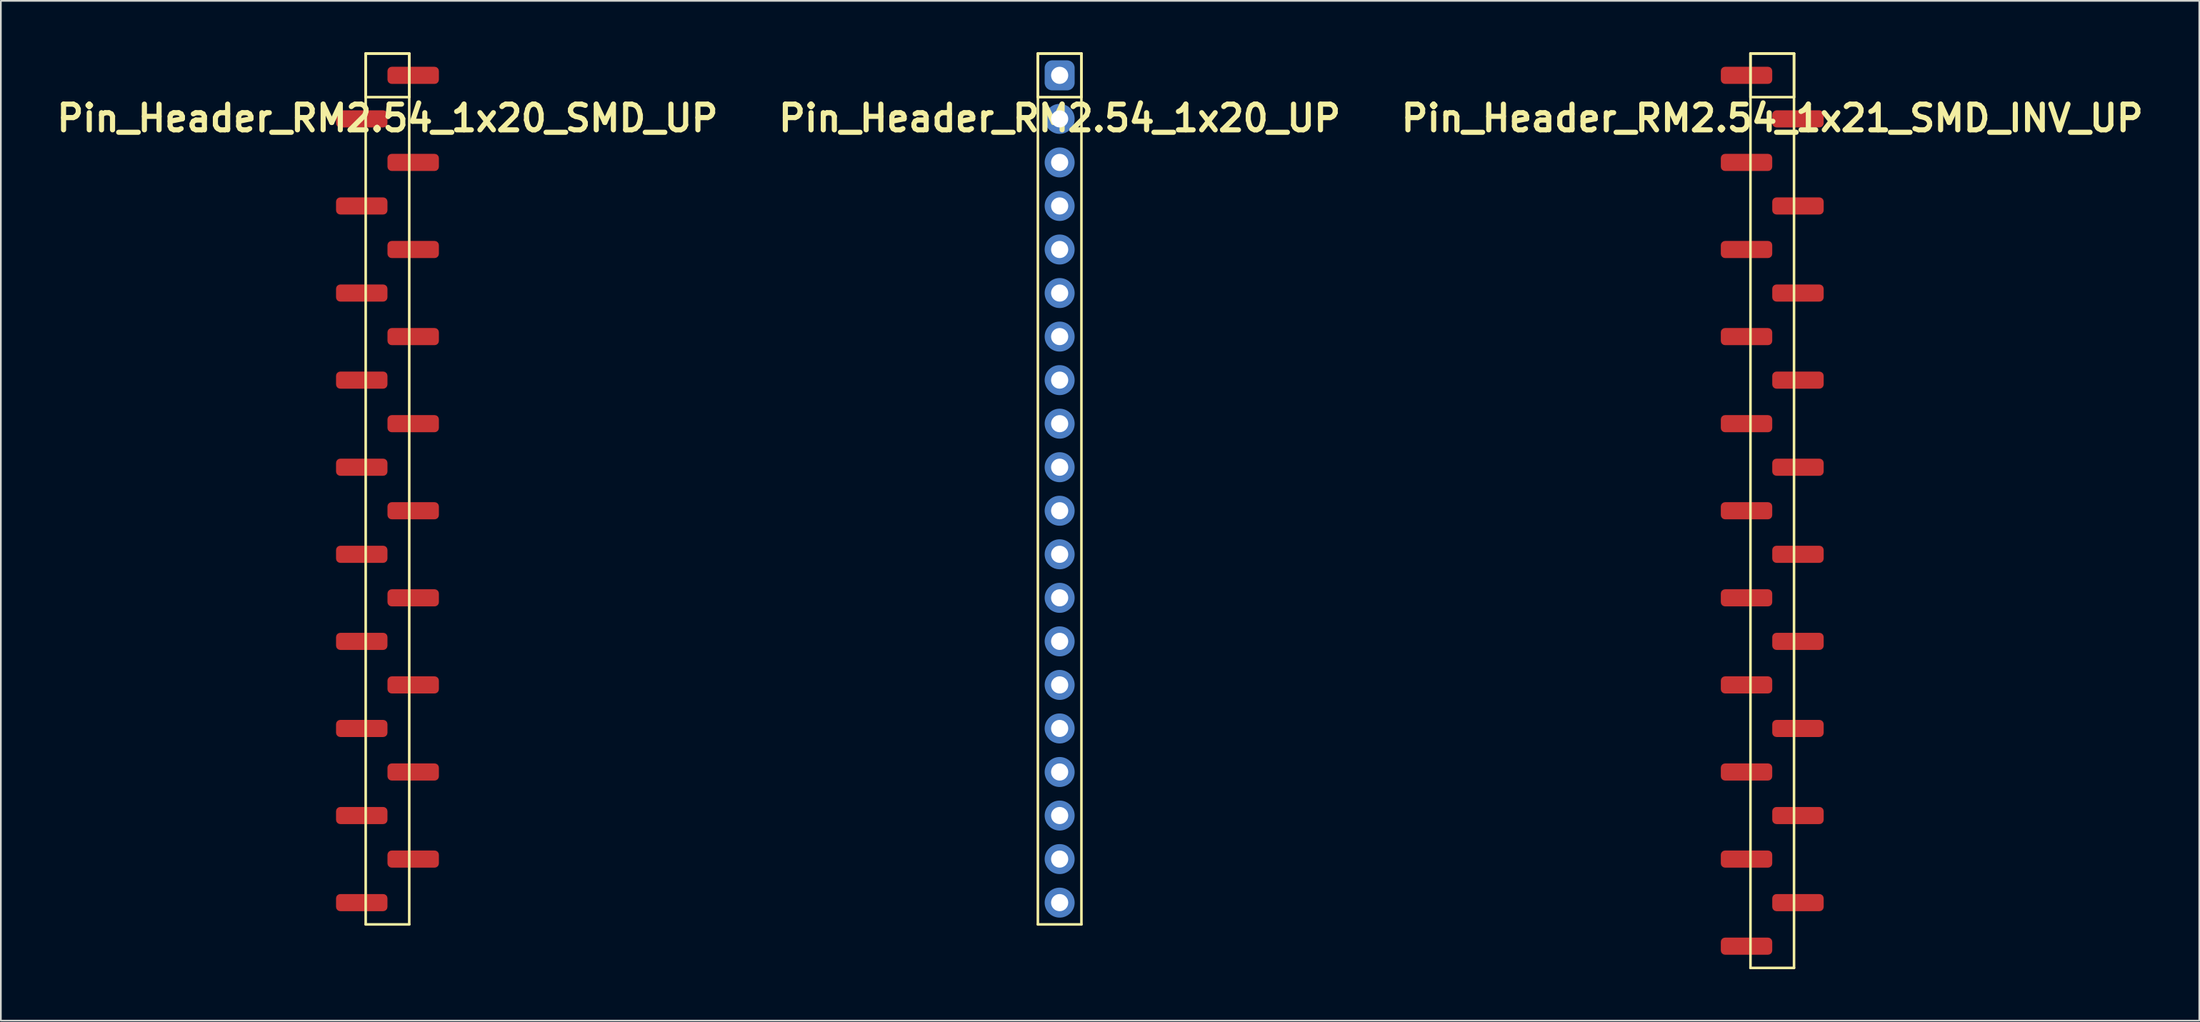
<source format=kicad_pcb>
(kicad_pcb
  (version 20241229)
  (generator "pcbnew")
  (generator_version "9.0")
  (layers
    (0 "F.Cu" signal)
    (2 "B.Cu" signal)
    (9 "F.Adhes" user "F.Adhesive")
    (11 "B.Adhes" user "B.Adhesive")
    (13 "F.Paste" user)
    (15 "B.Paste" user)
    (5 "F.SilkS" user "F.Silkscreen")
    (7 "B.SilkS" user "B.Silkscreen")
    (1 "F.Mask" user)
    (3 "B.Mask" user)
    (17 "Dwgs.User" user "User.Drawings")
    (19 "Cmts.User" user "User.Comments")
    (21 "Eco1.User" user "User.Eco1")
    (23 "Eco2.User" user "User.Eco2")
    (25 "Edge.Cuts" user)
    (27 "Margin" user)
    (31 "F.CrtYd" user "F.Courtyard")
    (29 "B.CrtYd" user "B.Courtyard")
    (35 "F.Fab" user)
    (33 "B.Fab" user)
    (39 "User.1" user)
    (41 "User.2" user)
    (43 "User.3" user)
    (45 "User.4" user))
  (footprint "Pin_Header_RM2.54_1x20_SMD_UP"
    (layer "F.Cu")
    (at 19.55 1.345)
    (property "Reference" "Pin_Header_RM2.54_1x20_SMD_UP" (at 0 2.5 0) (layer "F.SilkS") (effects (font (size 1.5 1.5) (thickness 0.3))))
    (attr through_hole)
    (fp_line (start -1.27 -1.27) (end 1.27 -1.27) (stroke (width 0.15) (type solid)) (layer "F.SilkS"))
    (fp_line (start -1.27 -1.27) (end 1.27 -1.27) (stroke (width 0.15) (type solid)) (layer "F.SilkS"))
    (fp_line (start -1.27 1.27) (end -1.27 -1.27) (stroke (width 0.15) (type solid)) (layer "F.SilkS"))
    (fp_line (start -1.27 49.53) (end -1.27 -1.27) (stroke (width 0.15) (type solid)) (layer "F.SilkS"))
    (fp_line (start 1.27 -1.27) (end 1.27 1.27) (stroke (width 0.15) (type solid)) (layer "F.SilkS"))
    (fp_line (start 1.27 -1.27) (end 1.27 49.53) (stroke (width 0.15) (type solid)) (layer "F.SilkS"))
    (fp_line (start 1.27 1.27) (end -1.27 1.27) (stroke (width 0.15) (type solid)) (layer "F.SilkS"))
    (fp_line (start 1.27 49.53) (end -1.27 49.53) (stroke (width 0.15) (type solid)) (layer "F.SilkS"))
    (pad "1" smd roundrect (at 1.5 0) (size 3 1) (layers "F.Cu" "F.Mask") (roundrect_rratio 0.25))
    (pad "2" smd roundrect (at -1.5 2.54) (size 3 1) (layers "F.Cu" "F.Mask") (roundrect_rratio 0.25))
    (pad "3" smd roundrect (at 1.5 5.08) (size 3 1) (layers "F.Cu" "F.Mask") (roundrect_rratio 0.25))
    (pad "4" smd roundrect (at -1.5 7.62) (size 3 1) (layers "F.Cu" "F.Mask") (roundrect_rratio 0.25))
    (pad "5" smd roundrect (at 1.5 10.16) (size 3 1) (layers "F.Cu" "F.Mask") (roundrect_rratio 0.25))
    (pad "6" smd roundrect (at -1.5 12.7) (size 3 1) (layers "F.Cu" "F.Mask") (roundrect_rratio 0.25))
    (pad "7" smd roundrect (at 1.5 15.24) (size 3 1) (layers "F.Cu" "F.Mask") (roundrect_rratio 0.25))
    (pad "8" smd roundrect (at -1.5 17.78) (size 3 1) (layers "F.Cu" "F.Mask") (roundrect_rratio 0.25))
    (pad "9" smd roundrect (at 1.5 20.32) (size 3 1) (layers "F.Cu" "F.Mask") (roundrect_rratio 0.25))
    (pad "10" smd roundrect (at -1.5 22.86) (size 3 1) (layers "F.Cu" "F.Mask") (roundrect_rratio 0.25))
    (pad "11" smd roundrect (at 1.5 25.4) (size 3 1) (layers "F.Cu" "F.Mask") (roundrect_rratio 0.25))
    (pad "12" smd roundrect (at -1.5 27.94) (size 3 1) (layers "F.Cu" "F.Mask") (roundrect_rratio 0.25))
    (pad "13" smd roundrect (at 1.5 30.48) (size 3 1) (layers "F.Cu" "F.Mask") (roundrect_rratio 0.25))
    (pad "14" smd roundrect (at -1.5 33.02) (size 3 1) (layers "F.Cu" "F.Mask") (roundrect_rratio 0.25))
    (pad "15" smd roundrect (at 1.5 35.56) (size 3 1) (layers "F.Cu" "F.Mask") (roundrect_rratio 0.25))
    (pad "16" smd roundrect (at -1.5 38.1) (size 3 1) (layers "F.Cu" "F.Mask") (roundrect_rratio 0.25))
    (pad "17" smd roundrect (at 1.5 40.64) (size 3 1) (layers "F.Cu" "F.Mask") (roundrect_rratio 0.25))
    (pad "18" smd roundrect (at -1.5 43.18) (size 3 1) (layers "F.Cu" "F.Mask") (roundrect_rratio 0.25))
    (pad "19" smd roundrect (at 1.5 45.72) (size 3 1) (layers "F.Cu" "F.Mask") (roundrect_rratio 0.25))
    (pad "20" smd roundrect (at -1.5 48.26) (size 3 1) (layers "F.Cu" "F.Mask") (roundrect_rratio 0.25)))
  (footprint "Pin_Header_RM2.54_1x21_SMD_INV_UP"
    (layer "F.Cu")
    (at 100.321 1.345)
    (property "Reference" "Pin_Header_RM2.54_1x21_SMD_INV_UP" (at 0 2.5 0) (layer "F.SilkS") (effects (font (size 1.5 1.5) (thickness 0.3))))
    (attr through_hole)
    (fp_line (start -1.27 -1.27) (end 1.27 -1.27) (stroke (width 0.15) (type solid)) (layer "F.SilkS"))
    (fp_line (start -1.27 -1.27) (end 1.27 -1.27) (stroke (width 0.15) (type solid)) (layer "F.SilkS"))
    (fp_line (start -1.27 1.27) (end -1.27 -1.27) (stroke (width 0.15) (type solid)) (layer "F.SilkS"))
    (fp_line (start -1.27 52.07) (end -1.27 -1.27) (stroke (width 0.15) (type solid)) (layer "F.SilkS"))
    (fp_line (start 1.27 -1.27) (end 1.27 1.27) (stroke (width 0.15) (type solid)) (layer "F.SilkS"))
    (fp_line (start 1.27 -1.27) (end 1.27 52.07) (stroke (width 0.15) (type solid)) (layer "F.SilkS"))
    (fp_line (start 1.27 1.27) (end -1.27 1.27) (stroke (width 0.15) (type solid)) (layer "F.SilkS"))
    (fp_line (start 1.27 52.07) (end -1.27 52.07) (stroke (width 0.15) (type solid)) (layer "F.SilkS"))
    (pad "1" smd roundrect (at -1.5 0) (size 3 1) (layers "F.Cu" "F.Mask") (roundrect_rratio 0.25))
    (pad "2" smd roundrect (at 1.5 2.54) (size 3 1) (layers "F.Cu" "F.Mask") (roundrect_rratio 0.25))
    (pad "3" smd roundrect (at -1.5 5.08) (size 3 1) (layers "F.Cu" "F.Mask") (roundrect_rratio 0.25))
    (pad "4" smd roundrect (at 1.5 7.62) (size 3 1) (layers "F.Cu" "F.Mask") (roundrect_rratio 0.25))
    (pad "5" smd roundrect (at -1.5 10.16) (size 3 1) (layers "F.Cu" "F.Mask") (roundrect_rratio 0.25))
    (pad "6" smd roundrect (at 1.5 12.7) (size 3 1) (layers "F.Cu" "F.Mask") (roundrect_rratio 0.25))
    (pad "7" smd roundrect (at -1.5 15.24) (size 3 1) (layers "F.Cu" "F.Mask") (roundrect_rratio 0.25))
    (pad "8" smd roundrect (at 1.5 17.78) (size 3 1) (layers "F.Cu" "F.Mask") (roundrect_rratio 0.25))
    (pad "9" smd roundrect (at -1.5 20.32) (size 3 1) (layers "F.Cu" "F.Mask") (roundrect_rratio 0.25))
    (pad "10" smd roundrect (at 1.5 22.86) (size 3 1) (layers "F.Cu" "F.Mask") (roundrect_rratio 0.25))
    (pad "11" smd roundrect (at -1.5 25.4) (size 3 1) (layers "F.Cu" "F.Mask") (roundrect_rratio 0.25))
    (pad "12" smd roundrect (at 1.5 27.94) (size 3 1) (layers "F.Cu" "F.Mask") (roundrect_rratio 0.25))
    (pad "13" smd roundrect (at -1.5 30.48) (size 3 1) (layers "F.Cu" "F.Mask") (roundrect_rratio 0.25))
    (pad "14" smd roundrect (at 1.5 33.02) (size 3 1) (layers "F.Cu" "F.Mask") (roundrect_rratio 0.25))
    (pad "15" smd roundrect (at -1.5 35.56) (size 3 1) (layers "F.Cu" "F.Mask") (roundrect_rratio 0.25))
    (pad "16" smd roundrect (at 1.5 38.1) (size 3 1) (layers "F.Cu" "F.Mask") (roundrect_rratio 0.25))
    (pad "17" smd roundrect (at -1.5 40.64) (size 3 1) (layers "F.Cu" "F.Mask") (roundrect_rratio 0.25))
    (pad "18" smd roundrect (at 1.5 43.18) (size 3 1) (layers "F.Cu" "F.Mask") (roundrect_rratio 0.25))
    (pad "19" smd roundrect (at -1.5 45.72) (size 3 1) (layers "F.Cu" "F.Mask") (roundrect_rratio 0.25))
    (pad "20" smd roundrect (at 1.5 48.26) (size 3 1) (layers "F.Cu" "F.Mask") (roundrect_rratio 0.25))
    (pad "21" smd roundrect (at -1.5 50.8) (size 3 1) (layers "F.Cu" "F.Mask") (roundrect_rratio 0.25)))
  (footprint "Pin_Header_RM2.54_1x20_UP"
    (layer "F.Cu")
    (at 58.757 1.345)
    (property "Reference" "Pin_Header_RM2.54_1x20_UP" (at 0 2.5 0) (layer "F.SilkS") (effects (font (size 1.5 1.5) (thickness 0.3))))
    (attr through_hole)
    (fp_line (start -1.27 -1.27) (end 1.27 -1.27) (stroke (width 0.15) (type solid)) (layer "F.SilkS"))
    (fp_line (start -1.27 -1.27) (end 1.27 -1.27) (stroke (width 0.15) (type solid)) (layer "F.SilkS"))
    (fp_line (start -1.27 1.27) (end -1.27 -1.27) (stroke (width 0.15) (type solid)) (layer "F.SilkS"))
    (fp_line (start -1.27 49.53) (end -1.27 -1.27) (stroke (width 0.15) (type solid)) (layer "F.SilkS"))
    (fp_line (start 1.27 -1.27) (end 1.27 1.27) (stroke (width 0.15) (type solid)) (layer "F.SilkS"))
    (fp_line (start 1.27 -1.27) (end 1.27 49.53) (stroke (width 0.15) (type solid)) (layer "F.SilkS"))
    (fp_line (start 1.27 1.27) (end -1.27 1.27) (stroke (width 0.15) (type solid)) (layer "F.SilkS"))
    (fp_line (start 1.27 49.53) (end -1.27 49.53) (stroke (width 0.15) (type solid)) (layer "F.SilkS"))
    (pad "1" thru_hole circle (at 0 0) (size 1.3 1.3) (drill 1) (layers "*.Cu" "*.Mask"))
    (pad "1" smd roundrect (at 0 0) (size 1.5 1.5) (layers "F.Cu" "F.Mask") (roundrect_rratio 0.25))
    (pad "1" smd roundrect (at 0 0) (size 1.75 1.75) (layers "B.Cu" "B.Mask") (roundrect_rratio 0.25))
    (pad "2" thru_hole circle (at 0 2.54) (size 1.3 1.3) (drill 1) (layers "*.Cu" "*.Mask"))
    (pad "2" smd circle (at 0 2.54) (size 1.5 1.5) (layers "F.Cu" "F.Mask"))
    (pad "2" smd circle (at 0 2.54) (size 1.75 1.75) (layers "B.Cu" "B.Mask"))
    (pad "3" thru_hole circle (at 0 5.08) (size 1.3 1.3) (drill 1) (layers "*.Cu" "*.Mask"))
    (pad "3" smd circle (at 0 5.08) (size 1.5 1.5) (layers "F.Cu" "F.Mask"))
    (pad "3" smd circle (at 0 5.08) (size 1.75 1.75) (layers "B.Cu" "B.Mask"))
    (pad "4" thru_hole circle (at 0 7.62) (size 1.3 1.3) (drill 1) (layers "*.Cu" "*.Mask"))
    (pad "4" smd circle (at 0 7.62) (size 1.5 1.5) (layers "F.Cu" "F.Mask"))
    (pad "4" smd circle (at 0 7.62) (size 1.75 1.75) (layers "B.Cu" "B.Mask"))
    (pad "5" thru_hole circle (at 0 10.16) (size 1.3 1.3) (drill 1) (layers "*.Cu" "*.Mask"))
    (pad "5" smd circle (at 0 10.16) (size 1.5 1.5) (layers "F.Cu" "F.Mask"))
    (pad "5" smd circle (at 0 10.16) (size 1.75 1.75) (layers "B.Cu" "B.Mask"))
    (pad "6" thru_hole circle (at 0 12.7) (size 1.3 1.3) (drill 1) (layers "*.Cu" "*.Mask"))
    (pad "6" smd circle (at 0 12.7) (size 1.5 1.5) (layers "F.Cu" "F.Mask"))
    (pad "6" smd circle (at 0 12.7) (size 1.75 1.75) (layers "B.Cu" "B.Mask"))
    (pad "7" thru_hole circle (at 0 15.24) (size 1.3 1.3) (drill 1) (layers "*.Cu" "*.Mask"))
    (pad "7" smd circle (at 0 15.24) (size 1.5 1.5) (layers "F.Cu" "F.Mask"))
    (pad "7" smd circle (at 0 15.24) (size 1.75 1.75) (layers "B.Cu" "B.Mask"))
    (pad "8" thru_hole circle (at 0 17.78) (size 1.3 1.3) (drill 1) (layers "*.Cu" "*.Mask"))
    (pad "8" smd circle (at 0 17.78) (size 1.5 1.5) (layers "F.Cu" "F.Mask"))
    (pad "8" smd circle (at 0 17.78) (size 1.75 1.75) (layers "B.Cu" "B.Mask"))
    (pad "9" thru_hole circle (at 0 20.32) (size 1.3 1.3) (drill 1) (layers "*.Cu" "*.Mask"))
    (pad "9" smd circle (at 0 20.32) (size 1.5 1.5) (layers "F.Cu" "F.Mask"))
    (pad "9" smd circle (at 0 20.32) (size 1.75 1.75) (layers "B.Cu" "B.Mask"))
    (pad "10" thru_hole circle (at 0 22.86) (size 1.3 1.3) (drill 1) (layers "*.Cu" "*.Mask"))
    (pad "10" smd circle (at 0 22.86) (size 1.5 1.5) (layers "F.Cu" "F.Mask"))
    (pad "10" smd circle (at 0 22.86) (size 1.75 1.75) (layers "B.Cu" "B.Mask"))
    (pad "11" thru_hole circle (at 0 25.4) (size 1.3 1.3) (drill 1) (layers "*.Cu" "*.Mask"))
    (pad "11" smd circle (at 0 25.4) (size 1.5 1.5) (layers "F.Cu" "F.Mask"))
    (pad "11" smd circle (at 0 25.4) (size 1.75 1.75) (layers "B.Cu" "B.Mask"))
    (pad "12" thru_hole circle (at 0 27.94) (size 1.3 1.3) (drill 1) (layers "*.Cu" "*.Mask"))
    (pad "12" smd circle (at 0 27.94) (size 1.5 1.5) (layers "F.Cu" "F.Mask"))
    (pad "12" smd circle (at 0 27.94) (size 1.75 1.75) (layers "B.Cu" "B.Mask"))
    (pad "13" thru_hole circle (at 0 30.48) (size 1.3 1.3) (drill 1) (layers "*.Cu" "*.Mask"))
    (pad "13" smd circle (at 0 30.48) (size 1.5 1.5) (layers "F.Cu" "F.Mask"))
    (pad "13" smd circle (at 0 30.48) (size 1.75 1.75) (layers "B.Cu" "B.Mask"))
    (pad "14" thru_hole circle (at 0 33.02) (size 1.3 1.3) (drill 1) (layers "*.Cu" "*.Mask"))
    (pad "14" smd circle (at 0 33.02) (size 1.5 1.5) (layers "F.Cu" "F.Mask"))
    (pad "14" smd circle (at 0 33.02) (size 1.75 1.75) (layers "B.Cu" "B.Mask"))
    (pad "15" thru_hole circle (at 0 35.56) (size 1.3 1.3) (drill 1) (layers "*.Cu" "*.Mask"))
    (pad "15" smd circle (at 0 35.56) (size 1.5 1.5) (layers "F.Cu" "F.Mask"))
    (pad "15" smd circle (at 0 35.56) (size 1.75 1.75) (layers "B.Cu" "B.Mask"))
    (pad "16" thru_hole circle (at 0 38.1) (size 1.3 1.3) (drill 1) (layers "*.Cu" "*.Mask"))
    (pad "16" smd circle (at 0 38.1) (size 1.5 1.5) (layers "F.Cu" "F.Mask"))
    (pad "16" smd circle (at 0 38.1) (size 1.75 1.75) (layers "B.Cu" "B.Mask"))
    (pad "17" thru_hole circle (at 0 40.64) (size 1.3 1.3) (drill 1) (layers "*.Cu" "*.Mask"))
    (pad "17" smd circle (at 0 40.64) (size 1.5 1.5) (layers "F.Cu" "F.Mask"))
    (pad "17" smd circle (at 0 40.64) (size 1.75 1.75) (layers "B.Cu" "B.Mask"))
    (pad "18" thru_hole circle (at 0 43.18) (size 1.3 1.3) (drill 1) (layers "*.Cu" "*.Mask"))
    (pad "18" smd circle (at 0 43.18) (size 1.5 1.5) (layers "F.Cu" "F.Mask"))
    (pad "18" smd circle (at 0 43.18) (size 1.75 1.75) (layers "B.Cu" "B.Mask"))
    (pad "19" thru_hole circle (at 0 45.72) (size 1.3 1.3) (drill 1) (layers "*.Cu" "*.Mask"))
    (pad "19" smd circle (at 0 45.72) (size 1.5 1.5) (layers "F.Cu" "F.Mask"))
    (pad "19" smd circle (at 0 45.72) (size 1.75 1.75) (layers "B.Cu" "B.Mask"))
    (pad "20" thru_hole circle (at 0 48.26) (size 1.3 1.3) (drill 1) (layers "*.Cu" "*.Mask"))
    (pad "20" smd circle (at 0 48.26) (size 1.5 1.5) (layers "F.Cu" "F.Mask"))
    (pad "20" smd circle (at 0 48.26) (size 1.75 1.75) (layers "B.Cu" "B.Mask")))
  (gr_rect
    (start -3 -3)
    (end 125.229 56.49)
    (stroke (width 0.1) (type default))
    (fill no)
    (layer "Edge.Cuts")))
</source>
